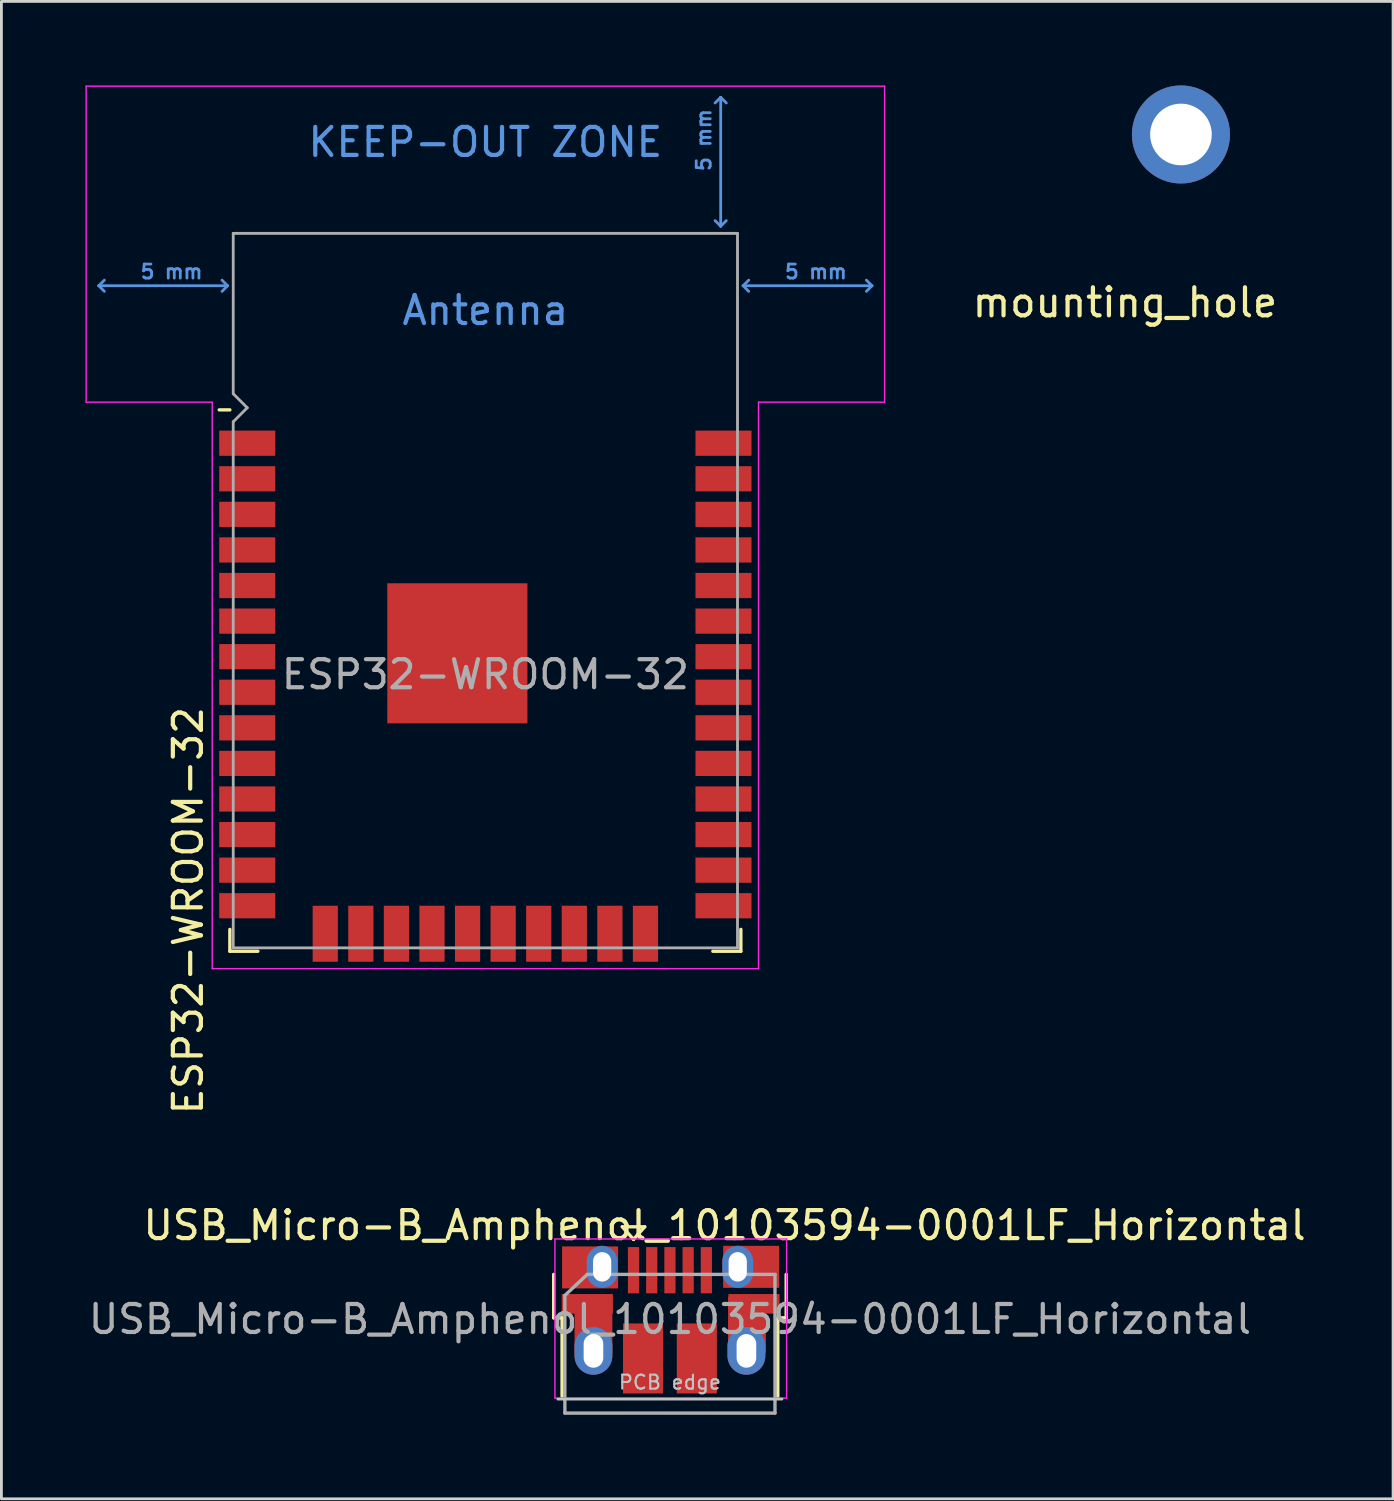
<source format=kicad_pcb>
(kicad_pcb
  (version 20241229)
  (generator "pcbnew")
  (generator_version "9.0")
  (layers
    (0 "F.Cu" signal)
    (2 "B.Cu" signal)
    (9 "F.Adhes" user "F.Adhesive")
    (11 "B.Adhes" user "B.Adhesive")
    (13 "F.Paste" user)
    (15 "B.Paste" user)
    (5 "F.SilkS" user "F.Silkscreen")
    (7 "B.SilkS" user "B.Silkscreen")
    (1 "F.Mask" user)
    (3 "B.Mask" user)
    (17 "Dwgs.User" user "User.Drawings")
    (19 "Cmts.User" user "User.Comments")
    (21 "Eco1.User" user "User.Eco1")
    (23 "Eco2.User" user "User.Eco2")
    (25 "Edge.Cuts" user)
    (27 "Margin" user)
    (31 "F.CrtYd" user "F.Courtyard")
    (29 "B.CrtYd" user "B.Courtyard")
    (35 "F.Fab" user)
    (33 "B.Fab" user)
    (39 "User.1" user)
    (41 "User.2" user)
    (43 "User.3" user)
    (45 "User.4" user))
  (footprint "mounting_hole"
    (layer "F.Cu")
    (at 39.104 1.75)
    (property "Reference" "mounting_hole" (at -2 6 0) (layer "F.SilkS") (effects (font (size 1 1) (thickness 0.15))))
    (attr through_hole)
    (pad "" np_thru_hole circle (at 0 0) (size 3.5 3.5) (drill 2.2) (layers "*.Cu" "*.Mask")))
  (footprint "USB_Micro-B_Amphenol_10103594-0001LF_Horizontal"
    (layer "F.Cu")
    (at 20.888 44.055)
    (property "Reference" "USB_Micro-B_Amphenol_10103594-0001LF_Horizontal" (at 1.925 -3.365 0) (layer "F.SilkS") (effects (font (size 1 1) (thickness 0.15))))
    (attr smd)
    (fp_line (start -4.175 -0.065) (end -4.175 -1.615) (stroke (width 0.12) (type solid)) (layer "F.SilkS"))
    (fp_line (start -4.175 -0.065) (end -3.875 -0.065) (stroke (width 0.12) (type solid)) (layer "F.SilkS"))
    (fp_line (start -3.875 2.735) (end -3.875 -0.065) (stroke (width 0.12) (type solid)) (layer "F.SilkS"))
    (fp_line (start -1.725 -3.315) (end -0.925 -3.315) (stroke (width 0.12) (type solid)) (layer "F.SilkS"))
    (fp_line (start -1.325 -2.865) (end -1.725 -3.315) (stroke (width 0.12) (type solid)) (layer "F.SilkS"))
    (fp_line (start -0.925 -3.315) (end -1.325 -2.865) (stroke (width 0.12) (type solid)) (layer "F.SilkS"))
    (fp_line (start 3.825 -0.065) (end 4.125 -0.065) (stroke (width 0.12) (type solid)) (layer "F.SilkS"))
    (fp_line (start 3.825 2.735) (end 3.825 -0.065) (stroke (width 0.12) (type solid)) (layer "F.SilkS"))
    (fp_line (start 4.125 -0.065) (end 4.125 -1.615) (stroke (width 0.12) (type solid)) (layer "F.SilkS"))
    (fp_line (start -4.025 2.835) (end 3.975 2.835) (stroke (width 0.1) (type solid)) (layer "Dwgs.User"))
    (fp_line (start -4.13 -2.88) (end -4.13 2.8) (stroke (width 0.05) (type solid)) (layer "F.CrtYd"))
    (fp_line (start -4.13 -2.88) (end 4.14 -2.88) (stroke (width 0.05) (type solid)) (layer "F.CrtYd"))
    (fp_line (start 4.14 2.8) (end -4.13 2.8) (stroke (width 0.05) (type solid)) (layer "F.CrtYd"))
    (fp_line (start 4.14 2.8) (end 4.14 -2.88) (stroke (width 0.05) (type solid)) (layer "F.CrtYd"))
    (fp_line (start -3.775 -0.865) (end -2.975 -1.615) (stroke (width 0.12) (type solid)) (layer "F.Fab"))
    (fp_line (start -3.775 3.335) (end -3.775 -0.865) (stroke (width 0.12) (type solid)) (layer "F.Fab"))
    (fp_line (start -2.975 -1.615) (end 3.725 -1.615) (stroke (width 0.12) (type solid)) (layer "F.Fab"))
    (fp_line (start 3.725 -1.615) (end 3.725 3.335) (stroke (width 0.12) (type solid)) (layer "F.Fab"))
    (fp_line (start 3.725 3.335) (end -3.775 3.335) (stroke (width 0.12) (type solid)) (layer "F.Fab"))
    (fp_text user "PCB edge" (at -0.025 2.235 0) (layer "Dwgs.User") (effects (font (size 0.5 0.5) (thickness 0.075))))
    (fp_text user "${REFERENCE}" (at -0.025 -0.015 0) (layer "F.Fab") (effects (font (size 1 1) (thickness 0.15))))
    (pad "1" smd rect (at -1.325 -1.765 90) (size 1.65 0.4) (layers "F.Cu" "F.Mask" "F.Paste"))
    (pad "2" smd rect (at -0.675 -1.765 90) (size 1.65 0.4) (layers "F.Cu" "F.Mask" "F.Paste"))
    (pad "3" smd rect (at -0.025 -1.765 90) (size 1.65 0.4) (layers "F.Cu" "F.Mask" "F.Paste"))
    (pad "4" smd rect (at 0.625 -1.765 90) (size 1.65 0.4) (layers "F.Cu" "F.Mask" "F.Paste"))
    (pad "5" smd rect (at 1.275 -1.765 90) (size 1.65 0.4) (layers "F.Cu" "F.Mask" "F.Paste"))
    (pad "6" smd rect (at -2.975 -0.565) (size 1.825 0.7) (layers "F.Cu" "F.Mask" "F.Paste"))
    (pad "6" smd rect (at -2.875 -1.865) (size 2 1.5) (layers "F.Cu" "F.Mask" "F.Paste"))
    (pad "6" smd rect (at -2.755 0.185) (size 1.35 2) (layers "F.Cu" "F.Mask" "F.Paste"))
    (pad "6" thru_hole oval (at -2.755 1.115 90) (size 1.7 1.35) (drill oval 1.2 0.7) (layers "*.Cu" "*.Mask"))
    (pad "6" thru_hole oval (at -2.445 -1.885 90) (size 1.5 1.1) (drill oval 1.05 0.65) (layers "*.Cu" "*.Mask"))
    (pad "6" smd rect (at -0.985 1.385 90) (size 2.5 1.43) (layers "F.Cu" "F.Mask" "F.Paste"))
    (pad "6" smd rect (at 0.935 1.385 90) (size 2.5 1.43) (layers "F.Cu" "F.Mask" "F.Paste"))
    (pad "6" thru_hole oval (at 2.395 -1.885 90) (size 1.5 1.1) (drill oval 1.05 0.65) (layers "*.Cu" "*.Mask"))
    (pad "6" thru_hole oval (at 2.705 1.115 90) (size 1.7 1.35) (drill oval 1.2 0.7) (layers "*.Cu" "*.Mask"))
    (pad "6" smd rect (at 2.725 0.185) (size 1.35 2) (layers "F.Cu" "F.Mask" "F.Paste"))
    (pad "6" smd rect (at 2.875 -1.885) (size 2 1.5) (layers "F.Cu" "F.Mask" "F.Paste"))
    (pad "6" smd rect (at 2.975 -0.565) (size 1.825 0.7) (layers "F.Cu" "F.Mask" "F.Paste")))
  (footprint "ESP32-WROOM-32"
    (layer "F.Cu")
    (at 14.275 21.025)
    (property "Reference" "ESP32-WROOM-32" (at -10.61 8.43 90) (layer "F.SilkS") (effects (font (size 1 1) (thickness 0.15))))
    (attr smd)
    (fp_line (start -9.12 -9.445) (end -9.5 -9.445) (stroke (width 0.12) (type solid)) (layer "F.SilkS"))
    (fp_line (start -9.12 9.1) (end -9.12 9.88) (stroke (width 0.12) (type solid)) (layer "F.SilkS"))
    (fp_line (start -9.12 9.88) (end -8.12 9.88) (stroke (width 0.12) (type solid)) (layer "F.SilkS"))
    (fp_line (start 9.12 9.1) (end 9.12 9.88) (stroke (width 0.12) (type solid)) (layer "F.SilkS"))
    (fp_line (start 9.12 9.88) (end 8.12 9.88) (stroke (width 0.12) (type solid)) (layer "F.SilkS"))
    (fp_line (start -13.8 -13.875) (end -13.6 -14.075) (stroke (width 0.1) (type solid)) (layer "Cmts.User"))
    (fp_line (start -13.8 -13.875) (end -13.6 -13.675) (stroke (width 0.1) (type solid)) (layer "Cmts.User"))
    (fp_line (start -13.8 -13.875) (end -9.2 -13.875) (stroke (width 0.1) (type solid)) (layer "Cmts.User"))
    (fp_line (start -9.2 -13.875) (end -9.4 -14.075) (stroke (width 0.1) (type solid)) (layer "Cmts.User"))
    (fp_line (start -9.2 -13.875) (end -9.4 -13.675) (stroke (width 0.1) (type solid)) (layer "Cmts.User"))
    (fp_line (start 8.4 -20.6) (end 8.2 -20.4) (stroke (width 0.1) (type solid)) (layer "Cmts.User"))
    (fp_line (start 8.4 -20.6) (end 8.6 -20.4) (stroke (width 0.1) (type solid)) (layer "Cmts.User"))
    (fp_line (start 8.4 -16) (end 8.2 -16.2) (stroke (width 0.1) (type solid)) (layer "Cmts.User"))
    (fp_line (start 8.4 -16) (end 8.4 -20.6) (stroke (width 0.1) (type solid)) (layer "Cmts.User"))
    (fp_line (start 8.4 -16) (end 8.6 -16.2) (stroke (width 0.1) (type solid)) (layer "Cmts.User"))
    (fp_line (start 9.2 -13.875) (end 9.4 -14.075) (stroke (width 0.1) (type solid)) (layer "Cmts.User"))
    (fp_line (start 9.2 -13.875) (end 9.4 -13.675) (stroke (width 0.1) (type solid)) (layer "Cmts.User"))
    (fp_line (start 9.2 -13.875) (end 13.8 -13.875) (stroke (width 0.1) (type solid)) (layer "Cmts.User"))
    (fp_line (start 13.8 -13.875) (end 13.6 -14.075) (stroke (width 0.1) (type solid)) (layer "Cmts.User"))
    (fp_line (start 13.8 -13.875) (end 13.6 -13.675) (stroke (width 0.1) (type solid)) (layer "Cmts.User"))
    (fp_line (start -14.25 -21) (end -14.25 -9.72) (stroke (width 0.05) (type solid)) (layer "F.CrtYd"))
    (fp_line (start -14.25 -21) (end 14.25 -21) (stroke (width 0.05) (type solid)) (layer "F.CrtYd"))
    (fp_line (start -14.25 -9.72) (end -9.75 -9.72) (stroke (width 0.05) (type solid)) (layer "F.CrtYd"))
    (fp_line (start -9.75 10.5) (end -9.75 -9.72) (stroke (width 0.05) (type solid)) (layer "F.CrtYd"))
    (fp_line (start -9.75 10.5) (end 9.75 10.5) (stroke (width 0.05) (type solid)) (layer "F.CrtYd"))
    (fp_line (start 9.75 -9.72) (end 9.75 10.5) (stroke (width 0.05) (type solid)) (layer "F.CrtYd"))
    (fp_line (start 9.75 -9.72) (end 14.25 -9.72) (stroke (width 0.05) (type solid)) (layer "F.CrtYd"))
    (fp_line (start 14.25 -21) (end 14.25 -9.72) (stroke (width 0.05) (type solid)) (layer "F.CrtYd"))
    (fp_line (start -9 -15.745) (end -9 -10.02) (stroke (width 0.1) (type solid)) (layer "F.Fab"))
    (fp_line (start -9 -15.745) (end 9 -15.745) (stroke (width 0.1) (type solid)) (layer "F.Fab"))
    (fp_line (start -9 -9.02) (end -9 9.76) (stroke (width 0.1) (type solid)) (layer "F.Fab"))
    (fp_line (start -9 -9.02) (end -8.5 -9.52) (stroke (width 0.1) (type solid)) (layer "F.Fab"))
    (fp_line (start -9 9.76) (end 9 9.76) (stroke (width 0.1) (type solid)) (layer "F.Fab"))
    (fp_line (start -8.5 -9.52) (end -9 -10.02) (stroke (width 0.1) (type solid)) (layer "F.Fab"))
    (fp_line (start 9 9.76) (end 9 -15.745) (stroke (width 0.1) (type solid)) (layer "F.Fab"))
    (fp_text user "5 mm" (at 7.8 -19.075 90) (layer "Cmts.User") (effects (font (size 0.5 0.5) (thickness 0.1))))
    (fp_text user "Antenna" (at 0 -13 0) (layer "Cmts.User") (effects (font (size 1 1) (thickness 0.15))))
    (fp_text user "KEEP-OUT ZONE" (at 0 -19 0) (layer "Cmts.User") (effects (font (size 1 1) (thickness 0.15))))
    (fp_text user "5 mm" (at -11.2 -14.375 0) (layer "Cmts.User") (effects (font (size 0.5 0.5) (thickness 0.1))))
    (fp_text user "5 mm" (at 11.8 -14.375 0) (layer "Cmts.User") (effects (font (size 0.5 0.5) (thickness 0.1))))
    (fp_text user "${REFERENCE}" (at 0 0 0) (layer "F.Fab") (effects (font (size 1 1) (thickness 0.15))))
    (pad "1" smd rect (at -8.5 -8.255) (size 2 0.9) (layers "F.Cu" "F.Mask" "F.Paste"))
    (pad "2" smd rect (at -8.5 -6.985) (size 2 0.9) (layers "F.Cu" "F.Mask" "F.Paste"))
    (pad "3" smd rect (at -8.5 -5.715) (size 2 0.9) (layers "F.Cu" "F.Mask" "F.Paste"))
    (pad "4" smd rect (at -8.5 -4.445) (size 2 0.9) (layers "F.Cu" "F.Mask" "F.Paste"))
    (pad "5" smd rect (at -8.5 -3.175) (size 2 0.9) (layers "F.Cu" "F.Mask" "F.Paste"))
    (pad "6" smd rect (at -8.5 -1.905) (size 2 0.9) (layers "F.Cu" "F.Mask" "F.Paste"))
    (pad "7" smd rect (at -8.5 -0.635) (size 2 0.9) (layers "F.Cu" "F.Mask" "F.Paste"))
    (pad "8" smd rect (at -8.5 0.635) (size 2 0.9) (layers "F.Cu" "F.Mask" "F.Paste"))
    (pad "9" smd rect (at -8.5 1.905) (size 2 0.9) (layers "F.Cu" "F.Mask" "F.Paste"))
    (pad "10" smd rect (at -8.5 3.175) (size 2 0.9) (layers "F.Cu" "F.Mask" "F.Paste"))
    (pad "11" smd rect (at -8.5 4.445) (size 2 0.9) (layers "F.Cu" "F.Mask" "F.Paste"))
    (pad "12" smd rect (at -8.5 5.715) (size 2 0.9) (layers "F.Cu" "F.Mask" "F.Paste"))
    (pad "13" smd rect (at -8.5 6.985) (size 2 0.9) (layers "F.Cu" "F.Mask" "F.Paste"))
    (pad "14" smd rect (at -8.5 8.255) (size 2 0.9) (layers "F.Cu" "F.Mask" "F.Paste"))
    (pad "15" smd rect (at -5.715 9.255 90) (size 2 0.9) (layers "F.Cu" "F.Mask" "F.Paste"))
    (pad "16" smd rect (at -4.445 9.255 90) (size 2 0.9) (layers "F.Cu" "F.Mask" "F.Paste"))
    (pad "17" smd rect (at -3.175 9.255 90) (size 2 0.9) (layers "F.Cu" "F.Mask" "F.Paste"))
    (pad "18" smd rect (at -1.905 9.255 90) (size 2 0.9) (layers "F.Cu" "F.Mask" "F.Paste"))
    (pad "19" smd rect (at -0.635 9.255 90) (size 2 0.9) (layers "F.Cu" "F.Mask" "F.Paste"))
    (pad "20" smd rect (at 0.635 9.255 90) (size 2 0.9) (layers "F.Cu" "F.Mask" "F.Paste"))
    (pad "21" smd rect (at 1.905 9.255 90) (size 2 0.9) (layers "F.Cu" "F.Mask" "F.Paste"))
    (pad "22" smd rect (at 3.175 9.255 90) (size 2 0.9) (layers "F.Cu" "F.Mask" "F.Paste"))
    (pad "23" smd rect (at 4.445 9.255 90) (size 2 0.9) (layers "F.Cu" "F.Mask" "F.Paste"))
    (pad "24" smd rect (at 5.715 9.255 90) (size 2 0.9) (layers "F.Cu" "F.Mask" "F.Paste"))
    (pad "25" smd rect (at 8.5 8.255) (size 2 0.9) (layers "F.Cu" "F.Mask" "F.Paste"))
    (pad "26" smd rect (at 8.5 6.985) (size 2 0.9) (layers "F.Cu" "F.Mask" "F.Paste"))
    (pad "27" smd rect (at 8.5 5.715) (size 2 0.9) (layers "F.Cu" "F.Mask" "F.Paste"))
    (pad "28" smd rect (at 8.5 4.445) (size 2 0.9) (layers "F.Cu" "F.Mask" "F.Paste"))
    (pad "29" smd rect (at 8.5 3.175) (size 2 0.9) (layers "F.Cu" "F.Mask" "F.Paste"))
    (pad "30" smd rect (at 8.5 1.905) (size 2 0.9) (layers "F.Cu" "F.Mask" "F.Paste"))
    (pad "31" smd rect (at 8.5 0.635) (size 2 0.9) (layers "F.Cu" "F.Mask" "F.Paste"))
    (pad "32" smd rect (at 8.5 -0.635) (size 2 0.9) (layers "F.Cu" "F.Mask" "F.Paste"))
    (pad "33" smd rect (at 8.5 -1.905) (size 2 0.9) (layers "F.Cu" "F.Mask" "F.Paste"))
    (pad "34" smd rect (at 8.5 -3.175) (size 2 0.9) (layers "F.Cu" "F.Mask" "F.Paste"))
    (pad "35" smd rect (at 8.5 -4.445) (size 2 0.9) (layers "F.Cu" "F.Mask" "F.Paste"))
    (pad "36" smd rect (at 8.5 -5.715) (size 2 0.9) (layers "F.Cu" "F.Mask" "F.Paste"))
    (pad "37" smd rect (at 8.5 -6.985) (size 2 0.9) (layers "F.Cu" "F.Mask" "F.Paste"))
    (pad "38" smd rect (at 8.5 -8.255) (size 2 0.9) (layers "F.Cu" "F.Mask" "F.Paste"))
    (pad "39" smd rect (at -1 -0.755) (size 5 5) (layers "F.Cu" "F.Mask" "F.Paste"))
    (zone (net_name "") (layers "F.Cu" "B.Cu") (hatch full 0.508) (connect_pads) (min_thickness 0.254) (filled_areas_thickness no) (keepout (tracks not_allowed) (vias not_allowed) (pads not_allowed) (copperpour not_allowed) (footprints not_allowed)) (placement (enabled no)) (fill) (polygon (pts (xy 0.275 11.055) (xy 28.275 11.055) (xy 28.275 0.275) (xy 0.275 0.275)))))
  (gr_rect
    (start -3 -3)
    (end 46.676 50.45)
    (stroke (width 0.1) (type default))
    (fill no)
    (layer "Edge.Cuts")))
</source>
